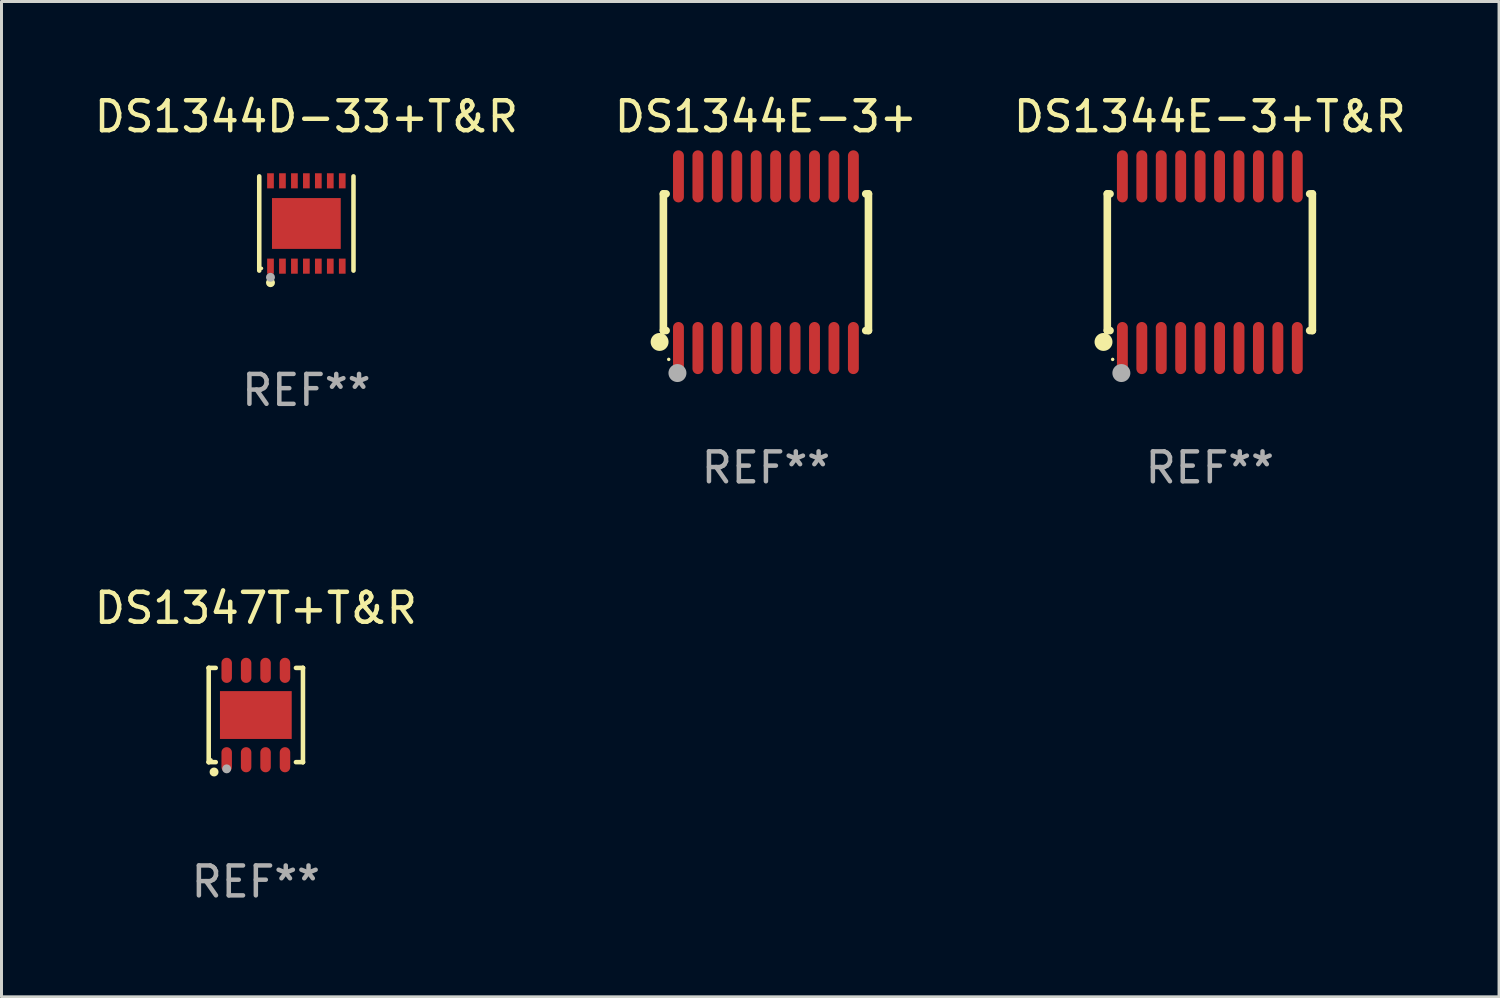
<source format=kicad_pcb>
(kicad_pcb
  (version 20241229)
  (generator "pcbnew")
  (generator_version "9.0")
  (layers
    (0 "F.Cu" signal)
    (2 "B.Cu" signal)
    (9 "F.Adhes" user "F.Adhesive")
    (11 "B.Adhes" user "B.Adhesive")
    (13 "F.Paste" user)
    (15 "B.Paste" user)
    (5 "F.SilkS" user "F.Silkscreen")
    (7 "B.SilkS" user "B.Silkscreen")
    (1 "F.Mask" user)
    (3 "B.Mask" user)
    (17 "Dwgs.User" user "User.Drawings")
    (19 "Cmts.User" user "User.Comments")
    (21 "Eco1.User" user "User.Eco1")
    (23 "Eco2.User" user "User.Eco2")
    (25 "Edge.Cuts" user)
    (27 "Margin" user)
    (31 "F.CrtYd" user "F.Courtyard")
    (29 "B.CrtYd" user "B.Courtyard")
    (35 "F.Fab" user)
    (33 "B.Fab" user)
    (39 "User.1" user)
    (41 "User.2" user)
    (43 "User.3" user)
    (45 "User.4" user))
  (footprint "DS1344E-3+"
    (layer "F.Cu")
    (at 22.565 5.719)
    (property "Reference" "DS1344E-3+" (at 0 -4.871 0) (layer "F.SilkS") (effects (font (size 1 1) (thickness 0.15))))
    (attr through_hole)
    (fp_line (start -3.429 -2.286) (end -3.429 2.286) (stroke (width 0.254) (type solid)) (layer "F.SilkS"))
    (fp_line (start -3.429 2.286) (end -3.338 2.286) (stroke (width 0.254) (type solid)) (layer "F.SilkS"))
    (fp_line (start -3.338 -2.286) (end -3.429 -2.286) (stroke (width 0.254) (type solid)) (layer "F.SilkS"))
    (fp_line (start 3.338 -2.286) (end 3.429 -2.286) (stroke (width 0.254) (type solid)) (layer "F.SilkS"))
    (fp_line (start 3.429 -2.286) (end 3.429 2.286) (stroke (width 0.254) (type solid)) (layer "F.SilkS"))
    (fp_line (start 3.429 2.286) (end 3.338 2.286) (stroke (width 0.254) (type solid)) (layer "F.SilkS"))
    (fp_circle (center -3.556 2.667) (end -3.406 2.667) (stroke (width 0.3) (type solid)) (fill no) (layer "F.SilkS"))
    (fp_circle (center -3.25 3.25) (end -3.22 3.25) (stroke (width 0.06) (type solid)) (fill no) (layer "F.SilkS"))
    (fp_circle (center -2.959 3.707) (end -2.808 3.707) (stroke (width 0.3) (type solid)) (fill no) (layer "F.Fab"))
    (fp_text user "REF**" (at 0 6.871 0) (layer "F.Fab") (effects (font (size 1 1) (thickness 0.15))))
    (pad "1" smd oval (at -2.925 2.871) (size 0.364 1.742) (layers "F.Cu" "F.Mask" "F.Paste"))
    (pad "2" smd oval (at -2.275 2.871) (size 0.364 1.742) (layers "F.Cu" "F.Mask" "F.Paste"))
    (pad "3" smd oval (at -1.625 2.871) (size 0.364 1.742) (layers "F.Cu" "F.Mask" "F.Paste"))
    (pad "4" smd oval (at -0.975 2.871) (size 0.364 1.742) (layers "F.Cu" "F.Mask" "F.Paste"))
    (pad "5" smd oval (at -0.325 2.871) (size 0.364 1.742) (layers "F.Cu" "F.Mask" "F.Paste"))
    (pad "6" smd oval (at 0.325 2.871) (size 0.364 1.742) (layers "F.Cu" "F.Mask" "F.Paste"))
    (pad "7" smd oval (at 0.975 2.871) (size 0.364 1.742) (layers "F.Cu" "F.Mask" "F.Paste"))
    (pad "8" smd oval (at 1.625 2.871) (size 0.364 1.742) (layers "F.Cu" "F.Mask" "F.Paste"))
    (pad "9" smd oval (at 2.275 2.871) (size 0.364 1.742) (layers "F.Cu" "F.Mask" "F.Paste"))
    (pad "10" smd oval (at 2.925 2.871) (size 0.364 1.742) (layers "F.Cu" "F.Mask" "F.Paste"))
    (pad "11" smd oval (at 2.925 -2.871) (size 0.364 1.742) (layers "F.Cu" "F.Mask" "F.Paste"))
    (pad "12" smd oval (at 2.275 -2.871) (size 0.364 1.742) (layers "F.Cu" "F.Mask" "F.Paste"))
    (pad "13" smd oval (at 1.625 -2.871) (size 0.364 1.742) (layers "F.Cu" "F.Mask" "F.Paste"))
    (pad "14" smd oval (at 0.975 -2.871) (size 0.364 1.742) (layers "F.Cu" "F.Mask" "F.Paste"))
    (pad "15" smd oval (at 0.325 -2.871) (size 0.364 1.742) (layers "F.Cu" "F.Mask" "F.Paste"))
    (pad "16" smd oval (at -0.325 -2.871) (size 0.364 1.742) (layers "F.Cu" "F.Mask" "F.Paste"))
    (pad "17" smd oval (at -0.975 -2.871) (size 0.364 1.742) (layers "F.Cu" "F.Mask" "F.Paste"))
    (pad "18" smd oval (at -1.625 -2.871) (size 0.364 1.742) (layers "F.Cu" "F.Mask" "F.Paste"))
    (pad "19" smd oval (at -2.275 -2.871) (size 0.364 1.742) (layers "F.Cu" "F.Mask" "F.Paste"))
    (pad "20" smd oval (at -2.925 -2.871) (size 0.364 1.742) (layers "F.Cu" "F.Mask" "F.Paste")))
  (footprint "DS1344D-33+T&R"
    (layer "F.Cu")
    (at 7.196 4.424)
    (property "Reference" "DS1344D-33+T&R" (at 0 -3.576 0) (layer "F.SilkS") (effects (font (size 1 1) (thickness 0.15))))
    (attr through_hole)
    (fp_line (start -1.576 1.576) (end -1.576 -1.576) (stroke (width 0.152) (type solid)) (layer "F.SilkS"))
    (fp_line (start 1.576 1.576) (end 1.576 -1.576) (stroke (width 0.152) (type solid)) (layer "F.SilkS"))
    (fp_circle (center -1.5 1.5) (end -1.47 1.5) (stroke (width 0.06) (type solid)) (fill no) (layer "F.SilkS"))
    (fp_circle (center -1.2 1.98) (end -1.125 1.98) (stroke (width 0.15) (type solid)) (fill no) (layer "F.SilkS"))
    (fp_circle (center -1.2 1.8) (end -1.125 1.8) (stroke (width 0.15) (type solid)) (fill no) (layer "F.Fab"))
    (fp_text user "REF**" (at 0 5.576 0) (layer "F.Fab") (effects (font (size 1 1) (thickness 0.15))))
    (pad "1" smd rect (at -1.2 1.427) (size 0.224 0.505) (layers "F.Cu" "F.Mask" "F.Paste"))
    (pad "2" smd rect (at -0.8 1.427) (size 0.224 0.505) (layers "F.Cu" "F.Mask" "F.Paste"))
    (pad "3" smd rect (at -0.4 1.427) (size 0.224 0.505) (layers "F.Cu" "F.Mask" "F.Paste"))
    (pad "4" smd rect (at 0 1.427) (size 0.224 0.505) (layers "F.Cu" "F.Mask" "F.Paste"))
    (pad "5" smd rect (at 0.4 1.427) (size 0.224 0.505) (layers "F.Cu" "F.Mask" "F.Paste"))
    (pad "6" smd rect (at 0.8 1.427) (size 0.224 0.505) (layers "F.Cu" "F.Mask" "F.Paste"))
    (pad "7" smd rect (at 1.2 1.427) (size 0.224 0.505) (layers "F.Cu" "F.Mask" "F.Paste"))
    (pad "8" smd rect (at 1.2 -1.427) (size 0.224 0.505) (layers "F.Cu" "F.Mask" "F.Paste"))
    (pad "9" smd rect (at 0.8 -1.427) (size 0.224 0.505) (layers "F.Cu" "F.Mask" "F.Paste"))
    (pad "10" smd rect (at 0.4 -1.427) (size 0.224 0.505) (layers "F.Cu" "F.Mask" "F.Paste"))
    (pad "11" smd rect (at 0 -1.427) (size 0.224 0.505) (layers "F.Cu" "F.Mask" "F.Paste"))
    (pad "12" smd rect (at -0.4 -1.427) (size 0.224 0.505) (layers "F.Cu" "F.Mask" "F.Paste"))
    (pad "13" smd rect (at -0.8 -1.427) (size 0.224 0.505) (layers "F.Cu" "F.Mask" "F.Paste"))
    (pad "14" smd rect (at -1.2 -1.427) (size 0.224 0.505) (layers "F.Cu" "F.Mask" "F.Paste"))
    (pad "15" smd rect (at 0 0) (size 2.3 1.7) (layers "F.Cu" "F.Mask" "F.Paste")))
  (footprint "DS1347T+T&R"
    (layer "F.Cu")
    (at 5.506 20.863)
    (property "Reference" "DS1347T+T&R" (at 0 -3.576 0) (layer "F.SilkS") (effects (font (size 1 1) (thickness 0.15))))
    (attr through_hole)
    (fp_line (start -1.576 -1.576) (end -1.576 -1.576) (stroke (width 0.152) (type solid)) (layer "F.SilkS"))
    (fp_line (start -1.576 -1.576) (end -1.341 -1.576) (stroke (width 0.152) (type solid)) (layer "F.SilkS"))
    (fp_line (start -1.576 1.576) (end -1.576 -1.576) (stroke (width 0.152) (type solid)) (layer "F.SilkS"))
    (fp_line (start -1.576 1.576) (end -1.576 1.576) (stroke (width 0.152) (type solid)) (layer "F.SilkS"))
    (fp_line (start -1.341 1.576) (end -1.576 1.576) (stroke (width 0.152) (type solid)) (layer "F.SilkS"))
    (fp_line (start 1.341 1.576) (end 1.576 1.576) (stroke (width 0.152) (type solid)) (layer "F.SilkS"))
    (fp_line (start 1.576 -1.576) (end 1.341 -1.576) (stroke (width 0.152) (type solid)) (layer "F.SilkS"))
    (fp_line (start 1.576 -1.576) (end 1.576 -1.576) (stroke (width 0.152) (type solid)) (layer "F.SilkS"))
    (fp_line (start 1.576 1.576) (end 1.576 -1.576) (stroke (width 0.152) (type solid)) (layer "F.SilkS"))
    (fp_line (start 1.576 1.576) (end 1.576 1.576) (stroke (width 0.152) (type solid)) (layer "F.SilkS"))
    (fp_circle (center -1.5 1.5) (end -1.47 1.5) (stroke (width 0.06) (type solid)) (fill no) (layer "F.SilkS"))
    (fp_circle (center -1.397 1.905) (end -1.322 1.905) (stroke (width 0.15) (type solid)) (fill no) (layer "F.SilkS"))
    (fp_circle (center -0.975 1.8) (end -0.9 1.8) (stroke (width 0.15) (type solid)) (fill no) (layer "F.Fab"))
    (fp_text user "REF**" (at 0 5.576 0) (layer "F.Fab") (effects (font (size 1 1) (thickness 0.15))))
    (pad "1" smd oval (at -0.975 1.495) (size 0.35 0.84) (layers "F.Cu" "F.Mask" "F.Paste"))
    (pad "2" smd oval (at -0.325 1.495) (size 0.35 0.84) (layers "F.Cu" "F.Mask" "F.Paste"))
    (pad "3" smd oval (at 0.325 1.495) (size 0.35 0.84) (layers "F.Cu" "F.Mask" "F.Paste"))
    (pad "4" smd oval (at 0.975 1.495) (size 0.35 0.84) (layers "F.Cu" "F.Mask" "F.Paste"))
    (pad "5" smd oval (at 0.975 -1.495) (size 0.35 0.84) (layers "F.Cu" "F.Mask" "F.Paste"))
    (pad "6" smd oval (at 0.325 -1.495) (size 0.35 0.84) (layers "F.Cu" "F.Mask" "F.Paste"))
    (pad "7" smd oval (at -0.325 -1.495) (size 0.35 0.84) (layers "F.Cu" "F.Mask" "F.Paste"))
    (pad "8" smd oval (at -0.975 -1.495) (size 0.35 0.84) (layers "F.Cu" "F.Mask" "F.Paste"))
    (pad "9" smd rect (at 0 0) (size 2.4 1.6) (layers "F.Cu" "F.Mask" "F.Paste")))
  (footprint "DS1344E-3+T&R"
    (layer "F.Cu")
    (at 37.411 5.719)
    (property "Reference" "DS1344E-3+T&R" (at 0 -4.871 0) (layer "F.SilkS") (effects (font (size 1 1) (thickness 0.15))))
    (attr through_hole)
    (fp_line (start -3.429 -2.286) (end -3.429 2.286) (stroke (width 0.254) (type solid)) (layer "F.SilkS"))
    (fp_line (start -3.429 2.286) (end -3.338 2.286) (stroke (width 0.254) (type solid)) (layer "F.SilkS"))
    (fp_line (start -3.338 -2.286) (end -3.429 -2.286) (stroke (width 0.254) (type solid)) (layer "F.SilkS"))
    (fp_line (start 3.338 -2.286) (end 3.429 -2.286) (stroke (width 0.254) (type solid)) (layer "F.SilkS"))
    (fp_line (start 3.429 -2.286) (end 3.429 2.286) (stroke (width 0.254) (type solid)) (layer "F.SilkS"))
    (fp_line (start 3.429 2.286) (end 3.338 2.286) (stroke (width 0.254) (type solid)) (layer "F.SilkS"))
    (fp_circle (center -3.556 2.667) (end -3.406 2.667) (stroke (width 0.3) (type solid)) (fill no) (layer "F.SilkS"))
    (fp_circle (center -3.25 3.25) (end -3.22 3.25) (stroke (width 0.06) (type solid)) (fill no) (layer "F.SilkS"))
    (fp_circle (center -2.959 3.707) (end -2.808 3.707) (stroke (width 0.3) (type solid)) (fill no) (layer "F.Fab"))
    (fp_text user "REF**" (at 0 6.871 0) (layer "F.Fab") (effects (font (size 1 1) (thickness 0.15))))
    (pad "1" smd oval (at -2.925 2.871) (size 0.364 1.742) (layers "F.Cu" "F.Mask" "F.Paste"))
    (pad "2" smd oval (at -2.275 2.871) (size 0.364 1.742) (layers "F.Cu" "F.Mask" "F.Paste"))
    (pad "3" smd oval (at -1.625 2.871) (size 0.364 1.742) (layers "F.Cu" "F.Mask" "F.Paste"))
    (pad "4" smd oval (at -0.975 2.871) (size 0.364 1.742) (layers "F.Cu" "F.Mask" "F.Paste"))
    (pad "5" smd oval (at -0.325 2.871) (size 0.364 1.742) (layers "F.Cu" "F.Mask" "F.Paste"))
    (pad "6" smd oval (at 0.325 2.871) (size 0.364 1.742) (layers "F.Cu" "F.Mask" "F.Paste"))
    (pad "7" smd oval (at 0.975 2.871) (size 0.364 1.742) (layers "F.Cu" "F.Mask" "F.Paste"))
    (pad "8" smd oval (at 1.625 2.871) (size 0.364 1.742) (layers "F.Cu" "F.Mask" "F.Paste"))
    (pad "9" smd oval (at 2.275 2.871) (size 0.364 1.742) (layers "F.Cu" "F.Mask" "F.Paste"))
    (pad "10" smd oval (at 2.925 2.871) (size 0.364 1.742) (layers "F.Cu" "F.Mask" "F.Paste"))
    (pad "11" smd oval (at 2.925 -2.871) (size 0.364 1.742) (layers "F.Cu" "F.Mask" "F.Paste"))
    (pad "12" smd oval (at 2.275 -2.871) (size 0.364 1.742) (layers "F.Cu" "F.Mask" "F.Paste"))
    (pad "13" smd oval (at 1.625 -2.871) (size 0.364 1.742) (layers "F.Cu" "F.Mask" "F.Paste"))
    (pad "14" smd oval (at 0.975 -2.871) (size 0.364 1.742) (layers "F.Cu" "F.Mask" "F.Paste"))
    (pad "15" smd oval (at 0.325 -2.871) (size 0.364 1.742) (layers "F.Cu" "F.Mask" "F.Paste"))
    (pad "16" smd oval (at -0.325 -2.871) (size 0.364 1.742) (layers "F.Cu" "F.Mask" "F.Paste"))
    (pad "17" smd oval (at -0.975 -2.871) (size 0.364 1.742) (layers "F.Cu" "F.Mask" "F.Paste"))
    (pad "18" smd oval (at -1.625 -2.871) (size 0.364 1.742) (layers "F.Cu" "F.Mask" "F.Paste"))
    (pad "19" smd oval (at -2.275 -2.871) (size 0.364 1.742) (layers "F.Cu" "F.Mask" "F.Paste"))
    (pad "20" smd oval (at -2.925 -2.871) (size 0.364 1.742) (layers "F.Cu" "F.Mask" "F.Paste")))
  (gr_rect
    (start -3 -3)
    (end 47.083 30.287)
    (stroke (width 0.1) (type default))
    (fill no)
    (layer "Edge.Cuts")))
</source>
